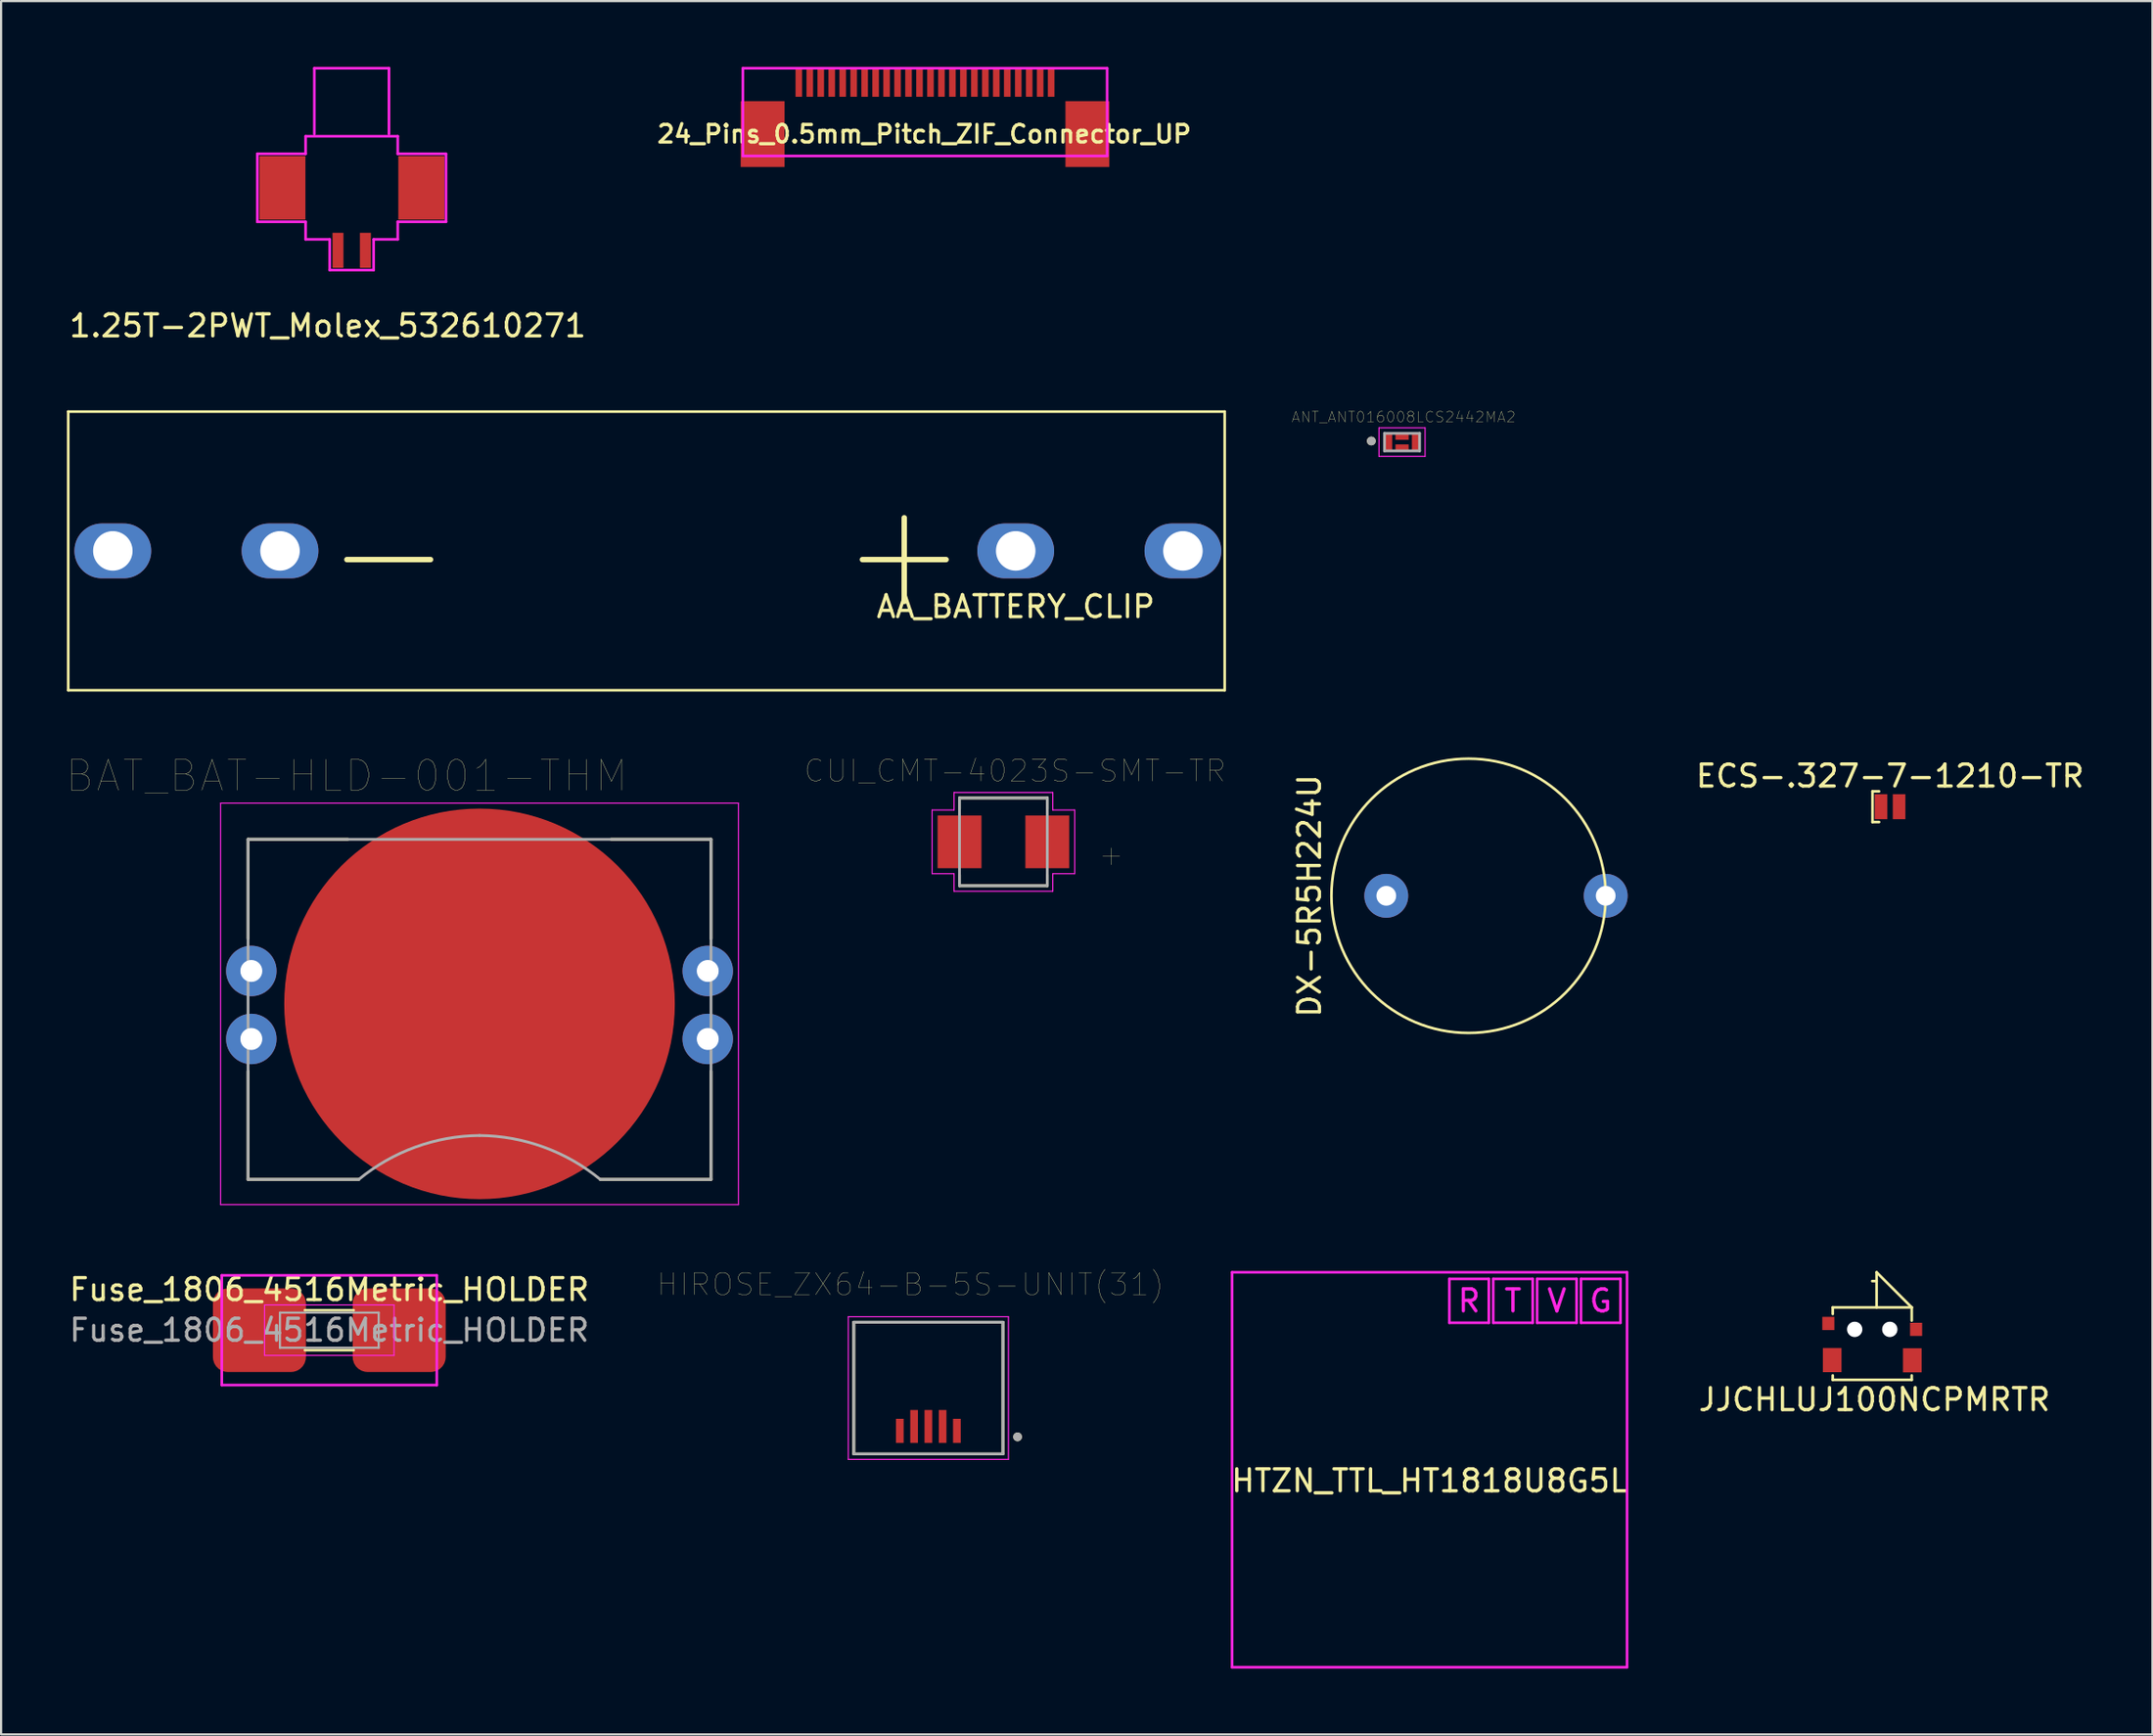
<source format=kicad_pcb>
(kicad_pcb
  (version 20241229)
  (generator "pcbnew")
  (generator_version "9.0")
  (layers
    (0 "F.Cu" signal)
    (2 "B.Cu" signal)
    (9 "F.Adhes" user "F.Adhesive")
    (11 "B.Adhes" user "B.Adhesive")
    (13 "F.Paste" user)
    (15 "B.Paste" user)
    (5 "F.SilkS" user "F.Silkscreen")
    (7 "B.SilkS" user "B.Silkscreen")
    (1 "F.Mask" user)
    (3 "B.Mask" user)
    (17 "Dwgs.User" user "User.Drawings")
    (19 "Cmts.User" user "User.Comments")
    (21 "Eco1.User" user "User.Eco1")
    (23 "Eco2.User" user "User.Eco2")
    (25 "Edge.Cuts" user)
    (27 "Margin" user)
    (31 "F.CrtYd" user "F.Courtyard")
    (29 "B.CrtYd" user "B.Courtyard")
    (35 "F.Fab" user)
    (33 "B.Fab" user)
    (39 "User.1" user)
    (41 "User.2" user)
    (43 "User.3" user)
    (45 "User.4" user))
  (footprint "Fuse_1806_4516Metric_HOLDER"
    (layer "F.Cu")
    (at 11.958 57.576)
    (property "Reference" "Fuse_1806_4516Metric_HOLDER" (at 0 -1.85 0) (layer "F.SilkS") (effects (font (size 1 1) (thickness 0.15))))
    (attr smd)
    (fp_line (start -1.111 -0.91) (end 1.111 -0.91) (stroke (width 0.12) (type solid)) (layer "F.SilkS"))
    (fp_line (start -1.111 0.91) (end 1.111 0.91) (stroke (width 0.12) (type solid)) (layer "F.SilkS"))
    (fp_line (start -4.9 -2.5) (end -4.9 2.5) (stroke (width 0.12) (type solid)) (layer "F.CrtYd"))
    (fp_line (start -4.9 -2.5) (end 4.9 -2.5) (stroke (width 0.12) (type solid)) (layer "F.CrtYd"))
    (fp_line (start -4.9 2.5) (end 4.9 2.5) (stroke (width 0.12) (type solid)) (layer "F.CrtYd"))
    (fp_line (start -2.95 -1.15) (end 2.95 -1.15) (stroke (width 0.05) (type solid)) (layer "F.CrtYd"))
    (fp_line (start -2.95 1.15) (end -2.95 -1.15) (stroke (width 0.05) (type solid)) (layer "F.CrtYd"))
    (fp_line (start 2.95 -1.15) (end 2.95 1.15) (stroke (width 0.05) (type solid)) (layer "F.CrtYd"))
    (fp_line (start 2.95 1.15) (end -2.95 1.15) (stroke (width 0.05) (type solid)) (layer "F.CrtYd"))
    (fp_line (start 4.9 -2.5) (end 4.9 2.5) (stroke (width 0.12) (type solid)) (layer "F.CrtYd"))
    (fp_line (start -2.25 -0.8) (end 2.25 -0.8) (stroke (width 0.1) (type solid)) (layer "F.Fab"))
    (fp_line (start -2.25 0.8) (end -2.25 -0.8) (stroke (width 0.1) (type solid)) (layer "F.Fab"))
    (fp_line (start 2.25 -0.8) (end 2.25 0.8) (stroke (width 0.1) (type solid)) (layer "F.Fab"))
    (fp_line (start 2.25 0.8) (end -2.25 0.8) (stroke (width 0.1) (type solid)) (layer "F.Fab"))
    (fp_text user "${REFERENCE}" (at 0 0 0) (layer "F.Fab") (effects (font (size 1 1) (thickness 0.15))))
    (pad "1" smd roundrect (at -3.185 0) (size 4.24 3.81) (layers "F.Cu" "F.Mask" "F.Paste") (roundrect_rratio 0.179))
    (pad "2" smd roundrect (at 3.185 0) (size 4.24 3.81) (layers "F.Cu" "F.Mask" "F.Paste") (roundrect_rratio 0.179)))
  (footprint "HTZN_TTL_HT1818U8G5L"
    (layer "F.Cu")
    (at 62.101 63.938)
    (property "Reference" "HTZN_TTL_HT1818U8G5L" (at 0 0.5 0) (layer "F.SilkS") (effects (font (size 1 1) (thickness 0.15))))
    (attr through_hole)
    (fp_line (start -9 -9) (end 9 -9) (stroke (width 0.12) (type solid)) (layer "F.CrtYd"))
    (fp_line (start -9 9) (end -9 -9) (stroke (width 0.12) (type solid)) (layer "F.CrtYd"))
    (fp_line (start 0.9 -8.7) (end 2.7 -8.7) (stroke (width 0.12) (type solid)) (layer "F.CrtYd"))
    (fp_line (start 0.9 -6.7) (end 0.9 -8.7) (stroke (width 0.12) (type solid)) (layer "F.CrtYd"))
    (fp_line (start 2.7 -8.7) (end 2.7 -6.7) (stroke (width 0.12) (type solid)) (layer "F.CrtYd"))
    (fp_line (start 2.7 -6.7) (end 0.9 -6.7) (stroke (width 0.12) (type solid)) (layer "F.CrtYd"))
    (fp_line (start 2.9 -8.7) (end 4.7 -8.7) (stroke (width 0.12) (type solid)) (layer "F.CrtYd"))
    (fp_line (start 2.9 -6.7) (end 2.9 -8.7) (stroke (width 0.12) (type solid)) (layer "F.CrtYd"))
    (fp_line (start 4.7 -8.7) (end 4.7 -6.7) (stroke (width 0.12) (type solid)) (layer "F.CrtYd"))
    (fp_line (start 4.7 -6.7) (end 2.9 -6.7) (stroke (width 0.12) (type solid)) (layer "F.CrtYd"))
    (fp_line (start 4.9 -8.7) (end 6.7 -8.7) (stroke (width 0.12) (type solid)) (layer "F.CrtYd"))
    (fp_line (start 4.9 -6.7) (end 4.9 -8.7) (stroke (width 0.12) (type solid)) (layer "F.CrtYd"))
    (fp_line (start 6.7 -8.7) (end 6.7 -6.7) (stroke (width 0.12) (type solid)) (layer "F.CrtYd"))
    (fp_line (start 6.7 -6.7) (end 4.9 -6.7) (stroke (width 0.12) (type solid)) (layer "F.CrtYd"))
    (fp_line (start 6.9 -8.7) (end 8.7 -8.7) (stroke (width 0.12) (type solid)) (layer "F.CrtYd"))
    (fp_line (start 6.9 -6.7) (end 6.9 -8.7) (stroke (width 0.12) (type solid)) (layer "F.CrtYd"))
    (fp_line (start 8.7 -8.7) (end 8.7 -6.7) (stroke (width 0.12) (type solid)) (layer "F.CrtYd"))
    (fp_line (start 8.7 -6.7) (end 6.9 -6.7) (stroke (width 0.12) (type solid)) (layer "F.CrtYd"))
    (fp_line (start 9 -9) (end 9 9) (stroke (width 0.12) (type solid)) (layer "F.CrtYd"))
    (fp_line (start 9 9) (end -9 9) (stroke (width 0.12) (type solid)) (layer "F.CrtYd"))
    (fp_text user "V" (at 5.8 -7.7 0) (layer "F.CrtYd") (effects (font (size 1 1) (thickness 0.15))))
    (fp_text user "G" (at 7.8 -7.7 0) (layer "F.CrtYd") (effects (font (size 1 1) (thickness 0.15))))
    (fp_text user "R" (at 1.8 -7.7 0) (layer "F.CrtYd") (effects (font (size 1 1) (thickness 0.15))))
    (fp_text user "T" (at 3.8 -7.7 0) (layer "F.CrtYd") (effects (font (size 1 1) (thickness 0.15)))))
  (footprint "DX-5R5H224U"
    (layer "F.Cu")
    (at 60.128 37.778)
    (property "Reference" "DX-5R5H224U" (at -3.5 0 90) (layer "F.SilkS") (effects (font (size 1 1) (thickness 0.15))))
    (attr through_hole)
    (fp_circle (center 3.75 0) (end 10 0) (stroke (width 0.12) (type solid)) (fill no) (layer "F.SilkS"))
    (pad "1" thru_hole circle (at 0 0) (size 2 2) (drill 0.9) (layers "*.Cu" "*.Mask"))
    (pad "2" thru_hole circle (at 10 0) (size 2 2) (drill 0.9) (layers "*.Cu" "*.Mask")))
  (footprint "BAT_BAT-HLD-001-THM"
    (layer "F.Cu")
    (at 18.804 42.703)
    (property "Reference" "BAT_BAT-HLD-001-THM" (at -6.055 -10.389 0) (layer "F.SilkS") (effects (font (size 1.4 1.4) (thickness 0.015))))
    (attr through_hole)
    (fp_line (start -10.55 -7.5) (end -6 -7.5) (stroke (width 0.127) (type solid)) (layer "F.SilkS"))
    (fp_line (start -10.55 -2.97) (end -10.55 -7.5) (stroke (width 0.127) (type solid)) (layer "F.SilkS"))
    (fp_line (start -10.55 3.07) (end -10.55 8) (stroke (width 0.127) (type solid)) (layer "F.SilkS"))
    (fp_line (start -10.55 8) (end -5.5 8) (stroke (width 0.127) (type solid)) (layer "F.SilkS"))
    (fp_line (start 5.5 8) (end 10.55 8) (stroke (width 0.127) (type solid)) (layer "F.SilkS"))
    (fp_line (start 6 -7.5) (end 10.55 -7.5) (stroke (width 0.127) (type solid)) (layer "F.SilkS"))
    (fp_line (start 10.55 -7.5) (end 10.55 -2.97) (stroke (width 0.127) (type solid)) (layer "F.SilkS"))
    (fp_line (start 10.55 8) (end 10.55 3.07) (stroke (width 0.127) (type solid)) (layer "F.SilkS"))
    (fp_line (start -11.8 -9.15) (end 11.8 -9.15) (stroke (width 0.05) (type solid)) (layer "F.CrtYd"))
    (fp_line (start -11.8 9.15) (end -11.8 -9.15) (stroke (width 0.05) (type solid)) (layer "F.CrtYd"))
    (fp_line (start 11.8 -9.15) (end 11.8 9.15) (stroke (width 0.05) (type solid)) (layer "F.CrtYd"))
    (fp_line (start 11.8 9.15) (end -11.8 9.15) (stroke (width 0.05) (type solid)) (layer "F.CrtYd"))
    (fp_line (start -10.55 -7.5) (end 10.55 -7.5) (stroke (width 0.127) (type solid)) (layer "F.Fab"))
    (fp_line (start -10.55 8) (end -10.55 -7.5) (stroke (width 0.127) (type solid)) (layer "F.Fab"))
    (fp_line (start -5.5 8) (end -10.55 8) (stroke (width 0.127) (type solid)) (layer "F.Fab"))
    (fp_line (start 10.55 -7.5) (end 10.55 8) (stroke (width 0.127) (type solid)) (layer "F.Fab"))
    (fp_line (start 10.55 8) (end 5.5 8) (stroke (width 0.127) (type solid)) (layer "F.Fab"))
    (fp_arc (start -5.5 8) (mid -2.922027 6.526926) (end 0 6) (stroke (width 0.127) (type solid)) (layer "F.Fab"))
    (fp_arc (start 0 6) (mid 2.922027 6.526926) (end 5.5 8) (stroke (width 0.127) (type solid)) (layer "F.Fab"))
    (pad "N" smd circle (at 0 0) (size 17.8 17.8) (layers "F.Cu" "F.Mask"))
    (pad "P1" thru_hole circle (at -10.4 -1.5) (size 2.3 2.3) (drill 1) (layers "*.Cu" "*.Mask"))
    (pad "P2" thru_hole circle (at -10.4 1.6) (size 2.3 2.3) (drill 1) (layers "*.Cu" "*.Mask"))
    (pad "P3" thru_hole circle (at 10.4 1.6) (size 2.3 2.3) (drill 1) (layers "*.Cu" "*.Mask"))
    (pad "P4" thru_hole circle (at 10.4 -1.5) (size 2.3 2.3) (drill 1) (layers "*.Cu" "*.Mask")))
  (footprint "AA_BATTERY_CLIP"
    (layer "F.Cu")
    (at 43.24 22.058)
    (property "Reference" "AA_BATTERY_CLIP" (at 0 2.54 0) (layer "F.SilkS") (effects (font (size 1 1) (thickness 0.15))))
    (attr through_hole)
    (fp_line (start -43.18 -6.35) (end -43.18 6.35) (stroke (width 0.12) (type solid)) (layer "F.SilkS"))
    (fp_line (start -43.18 -6.35) (end 9.525 -6.35) (stroke (width 0.12) (type solid)) (layer "F.SilkS"))
    (fp_line (start 9.525 -6.35) (end 9.525 6.35) (stroke (width 0.12) (type solid)) (layer "F.SilkS"))
    (fp_line (start 9.525 6.35) (end -43.18 6.35) (stroke (width 0.12) (type solid)) (layer "F.SilkS"))
    (fp_text user "-" (at -28.575 0 0) (layer "F.SilkS") (effects (font (size 5 5) (thickness 0.25))))
    (fp_text user "+" (at -5.08 0 0) (layer "F.SilkS") (effects (font (size 5 5) (thickness 0.25))))
    (pad "1" thru_hole oval (at 0 0) (size 3.5 2.5) (drill 1.8) (layers "*.Cu" "*.Mask"))
    (pad "1" thru_hole oval (at 7.62 0) (size 3.5 2.5) (drill 1.8) (layers "*.Cu" "*.Mask"))
    (pad "2" thru_hole oval (at -41.148 0) (size 3.5 2.5) (drill 1.8) (layers "*.Cu" "*.Mask"))
    (pad "2" thru_hole oval (at -33.528 0) (size 3.5 2.5) (drill 1.8) (layers "*.Cu" "*.Mask")))
  (footprint "HIROSE_ZX64-B-5S-UNIT(31)"
    (layer "F.Cu")
    (at 39.259 61.964)
    (property "Reference" "HIROSE_ZX64-B-5S-UNIT(31)" (at -0.825 -6.475 0) (layer "F.SilkS") (effects (font (size 1 1) (thickness 0.015))))
    (attr through_hole)
    (fp_line (start -3.4 -4.75) (end 3.4 -4.75) (stroke (width 0.127) (type solid)) (layer "F.SilkS"))
    (fp_line (start -3.4 1.25) (end -3.4 -4.75) (stroke (width 0.127) (type solid)) (layer "F.SilkS"))
    (fp_line (start 3.4 -4.75) (end 3.4 1.25) (stroke (width 0.127) (type solid)) (layer "F.SilkS"))
    (fp_line (start 3.4 1.25) (end -3.4 1.25) (stroke (width 0.127) (type solid)) (layer "F.SilkS"))
    (fp_circle (center 4.065 0.473) (end 4.165 0.473) (stroke (width 0.2) (type solid)) (fill no) (layer "F.SilkS"))
    (fp_line (start -3.65 -5) (end -3.65 1.5) (stroke (width 0.05) (type solid)) (layer "F.CrtYd"))
    (fp_line (start -3.65 1.5) (end 3.65 1.5) (stroke (width 0.05) (type solid)) (layer "F.CrtYd"))
    (fp_line (start 3.65 -5) (end -3.65 -5) (stroke (width 0.05) (type solid)) (layer "F.CrtYd"))
    (fp_line (start 3.65 1.5) (end 3.65 -5) (stroke (width 0.05) (type solid)) (layer "F.CrtYd"))
    (fp_line (start -3.4 -4.75) (end -3.4 1.25) (stroke (width 0.127) (type solid)) (layer "F.Fab"))
    (fp_line (start -3.4 1.25) (end 3.4 1.25) (stroke (width 0.127) (type solid)) (layer "F.Fab"))
    (fp_line (start 3.4 -4.75) (end -3.4 -4.75) (stroke (width 0.127) (type solid)) (layer "F.Fab"))
    (fp_line (start 3.4 1.25) (end 3.4 -4.75) (stroke (width 0.127) (type solid)) (layer "F.Fab"))
    (fp_circle (center 4.065 0.473) (end 4.165 0.473) (stroke (width 0.2) (type solid)) (fill no) (layer "F.Fab"))
    (pad "1" smd rect (at 1.3 0.2) (size 0.35 1.1) (layers "F.Cu" "F.Mask" "F.Paste"))
    (pad "2" smd rect (at 0.65 0) (size 0.35 1.5) (layers "F.Cu" "F.Mask" "F.Paste"))
    (pad "3" smd rect (at 0 0) (size 0.35 1.5) (layers "F.Cu" "F.Mask" "F.Paste"))
    (pad "4" smd rect (at -0.65 0) (size 0.35 1.5) (layers "F.Cu" "F.Mask" "F.Paste"))
    (pad "5" smd rect (at -1.3 0.2) (size 0.35 1.1) (layers "F.Cu" "F.Mask" "F.Paste")))
  (footprint "ECS-.327-7-1210-TR"
    (layer "F.Cu")
    (at 83.087 33.717)
    (property "Reference" "ECS-.327-7-1210-TR" (at 0 -1.4 0) (layer "F.SilkS") (effects (font (size 1 1) (thickness 0.15))))
    (attr through_hole)
    (fp_line (start -0.8 -0.7) (end -0.8 0.7) (stroke (width 0.12) (type solid)) (layer "F.SilkS"))
    (fp_line (start -0.8 0.7) (end -0.5 0.7) (stroke (width 0.12) (type solid)) (layer "F.SilkS"))
    (fp_line (start -0.5 -0.7) (end -0.8 -0.7) (stroke (width 0.12) (type solid)) (layer "F.SilkS"))
    (pad "1" smd rect (at -0.412 0) (size 0.575 1.14) (layers "F.Cu" "F.Mask" "F.Paste"))
    (pad "2" smd rect (at 0.412 0) (size 0.575 1.14) (layers "F.Cu" "F.Mask" "F.Paste")))
  (footprint "ANT_ANT016008LCS2442MA2"
    (layer "F.Cu")
    (at 60.846 17.1)
    (property "Reference" "ANT_ANT016008LCS2442MA2" (at 0.074 -1.145 0) (layer "F.SilkS") (effects (font (size 0.48 0.48) (thickness 0.015))))
    (attr through_hole)
    (fp_poly (pts (xy -0.765 -0.365) (xy -0.45 -0.365) (xy -0.45 0.365) (xy -0.765 0.365)) (stroke (width 0.01) (type solid)) (fill yes) (layer "F.Mask"))
    (fp_poly (pts (xy -0.3 -0.365) (xy 0.3 -0.365) (xy 0.3 -0.055) (xy -0.3 -0.055)) (stroke (width 0.01) (type solid)) (fill yes) (layer "F.Mask"))
    (fp_poly (pts (xy -0.3 0.055) (xy 0.3 0.055) (xy 0.3 0.365) (xy -0.3 0.365)) (stroke (width 0.01) (type solid)) (fill yes) (layer "F.Mask"))
    (fp_poly (pts (xy 0.45 -0.365) (xy 0.765 -0.365) (xy 0.765 0.365) (xy 0.45 0.365)) (stroke (width 0.01) (type solid)) (fill yes) (layer "F.Mask"))
    (fp_circle (center -1.4 -0.05) (end -1.3 -0.05) (stroke (width 0.2) (type solid)) (fill no) (layer "F.SilkS"))
    (fp_poly (pts (xy -0.765 -0.365) (xy -0.45 -0.365) (xy -0.45 0.365) (xy -0.765 0.365)) (stroke (width 0.01) (type solid)) (fill yes) (layer "F.Paste"))
    (fp_poly (pts (xy -0.3 -0.365) (xy -0.05 -0.365) (xy -0.05 -0.105) (xy -0.3 -0.105)) (stroke (width 0.01) (type solid)) (fill yes) (layer "F.Paste"))
    (fp_poly (pts (xy -0.3 0.105) (xy -0.05 0.105) (xy -0.05 0.365) (xy -0.3 0.365)) (stroke (width 0.01) (type solid)) (fill yes) (layer "F.Paste"))
    (fp_poly (pts (xy 0.05 -0.365) (xy 0.3 -0.365) (xy 0.3 -0.105) (xy 0.05 -0.105)) (stroke (width 0.01) (type solid)) (fill yes) (layer "F.Paste"))
    (fp_poly (pts (xy 0.05 0.105) (xy 0.3 0.105) (xy 0.3 0.365) (xy 0.05 0.365)) (stroke (width 0.01) (type solid)) (fill yes) (layer "F.Paste"))
    (fp_poly (pts (xy 0.45 -0.365) (xy 0.765 -0.365) (xy 0.765 0.365) (xy 0.45 0.365)) (stroke (width 0.01) (type solid)) (fill yes) (layer "F.Paste"))
    (fp_line (start -1.05 -0.65) (end 1.05 -0.65) (stroke (width 0.05) (type solid)) (layer "F.CrtYd"))
    (fp_line (start -1.05 0.65) (end -1.05 -0.65) (stroke (width 0.05) (type solid)) (layer "F.CrtYd"))
    (fp_line (start 1.05 -0.65) (end 1.05 0.65) (stroke (width 0.05) (type solid)) (layer "F.CrtYd"))
    (fp_line (start 1.05 0.65) (end -1.05 0.65) (stroke (width 0.05) (type solid)) (layer "F.CrtYd"))
    (fp_line (start -0.8 -0.4) (end 0.8 -0.4) (stroke (width 0.127) (type solid)) (layer "F.Fab"))
    (fp_line (start -0.8 0.4) (end -0.8 -0.4) (stroke (width 0.127) (type solid)) (layer "F.Fab"))
    (fp_line (start 0.8 -0.4) (end 0.8 0.4) (stroke (width 0.127) (type solid)) (layer "F.Fab"))
    (fp_line (start 0.8 0.4) (end -0.8 0.4) (stroke (width 0.127) (type solid)) (layer "F.Fab"))
    (fp_circle (center -1.4 -0.05) (end -1.3 -0.05) (stroke (width 0.2) (type solid)) (fill no) (layer "F.Fab"))
    (pad "1" smd rect (at -0.625 0) (size 0.35 0.8) (layers "F.Cu"))
    (pad "2" smd rect (at 0 -0.235) (size 0.6 0.26) (layers "F.Cu"))
    (pad "3" smd rect (at 0 0.235) (size 0.6 0.26) (layers "F.Cu"))
    (pad "4" smd rect (at 0.625 0) (size 0.35 0.8) (layers "F.Cu")))
  (footprint "JJCHLUJ100NCPMRTR"
    (layer "F.Cu")
    (at 82.275 57.538)
    (property "Reference" "JJCHLUJ100NCPMRTR" (at 0.1 3.2 0) (layer "F.SilkS") (effects (font (size 1 1) (thickness 0.15))))
    (attr through_hole)
    (fp_line (start -1.8 -0.7) (end -1.8 -1) (stroke (width 0.12) (type solid)) (layer "F.SilkS"))
    (fp_line (start -1.8 2.3) (end -1.8 2.1) (stroke (width 0.12) (type solid)) (layer "F.SilkS"))
    (fp_line (start 0.2 -2.6) (end 0.2 -1) (stroke (width 0.12) (type solid)) (layer "F.SilkS"))
    (fp_line (start 0.2 -2.6) (end 1.8 -1) (stroke (width 0.12) (type solid)) (layer "F.SilkS"))
    (fp_line (start 0.2 -2.2) (end 0 -2.2) (stroke (width 0.12) (type solid)) (layer "F.SilkS"))
    (fp_line (start 1.8 -1) (end -1.8 -1) (stroke (width 0.12) (type solid)) (layer "F.SilkS"))
    (fp_line (start 1.8 -1) (end 1.8 -0.4) (stroke (width 0.12) (type solid)) (layer "F.SilkS"))
    (fp_line (start 1.8 2.3) (end -1.8 2.3) (stroke (width 0.12) (type solid)) (layer "F.SilkS"))
    (fp_line (start 1.8 2.3) (end 1.8 2.1) (stroke (width 0.12) (type solid)) (layer "F.SilkS"))
    (pad "" smd rect (at -2 -0.27) (size 0.55 0.6) (layers "F.Cu" "F.Mask" "F.Paste"))
    (pad "" np_thru_hole circle (at -0.8 0) (size 0.7 0.7) (drill 0.7) (layers "*.Cu" "*.Mask"))
    (pad "" np_thru_hole circle (at 0.8 0) (size 0.7 0.7) (drill 0.7) (layers "*.Cu" "*.Mask"))
    (pad "" smd rect (at 2 0) (size 0.55 0.6) (layers "F.Cu" "F.Mask" "F.Paste"))
    (pad "1" smd rect (at -1.825 1.4) (size 0.85 1.1) (layers "F.Cu" "F.Mask" "F.Paste"))
    (pad "2" smd rect (at 1.825 1.41) (size 0.85 1.1) (layers "F.Cu" "F.Mask" "F.Paste")))
  (footprint "CUI_CMT-4023S-SMT-TR"
    (layer "F.Cu")
    (at 42.679 35.319)
    (property "Reference" "CUI_CMT-4023S-SMT-TR" (at 0.526 -3.238 0) (layer "F.SilkS") (effects (font (size 1.001 1.001) (thickness 0.015))))
    (attr through_hole)
    (fp_line (start -2 -2) (end -2 -1.5) (stroke (width 0.127) (type solid)) (layer "F.SilkS"))
    (fp_line (start -2 -2) (end 2 -2) (stroke (width 0.127) (type solid)) (layer "F.SilkS"))
    (fp_line (start -2 1.5) (end -2 2) (stroke (width 0.127) (type solid)) (layer "F.SilkS"))
    (fp_line (start 2 -2) (end 2 -1.5) (stroke (width 0.127) (type solid)) (layer "F.SilkS"))
    (fp_line (start 2 1.5) (end 2 2) (stroke (width 0.127) (type solid)) (layer "F.SilkS"))
    (fp_line (start 2 2) (end -2 2) (stroke (width 0.127) (type solid)) (layer "F.SilkS"))
    (fp_line (start -3.25 -1.45) (end -3.25 1.45) (stroke (width 0.05) (type solid)) (layer "F.CrtYd"))
    (fp_line (start -3.25 -1.45) (end -2.25 -1.45) (stroke (width 0.05) (type solid)) (layer "F.CrtYd"))
    (fp_line (start -3.25 1.45) (end -2.25 1.45) (stroke (width 0.05) (type solid)) (layer "F.CrtYd"))
    (fp_line (start -2.25 -1.45) (end -2.25 -2.25) (stroke (width 0.05) (type solid)) (layer "F.CrtYd"))
    (fp_line (start -2.25 1.45) (end -2.25 2.25) (stroke (width 0.05) (type solid)) (layer "F.CrtYd"))
    (fp_line (start -2.25 2.25) (end 2.25 2.25) (stroke (width 0.05) (type solid)) (layer "F.CrtYd"))
    (fp_line (start 2.25 -2.25) (end -2.25 -2.25) (stroke (width 0.05) (type solid)) (layer "F.CrtYd"))
    (fp_line (start 2.25 -1.45) (end 2.25 -2.25) (stroke (width 0.05) (type solid)) (layer "F.CrtYd"))
    (fp_line (start 2.25 -1.45) (end 3.25 -1.45) (stroke (width 0.05) (type solid)) (layer "F.CrtYd"))
    (fp_line (start 2.25 1.45) (end 3.25 1.45) (stroke (width 0.05) (type solid)) (layer "F.CrtYd"))
    (fp_line (start 2.25 2.25) (end 2.25 1.45) (stroke (width 0.05) (type solid)) (layer "F.CrtYd"))
    (fp_line (start 3.25 1.45) (end 3.25 -1.45) (stroke (width 0.05) (type solid)) (layer "F.CrtYd"))
    (fp_line (start -2 -2) (end 2 -2) (stroke (width 0.127) (type solid)) (layer "F.Fab"))
    (fp_line (start -2 2) (end -2 -2) (stroke (width 0.127) (type solid)) (layer "F.Fab"))
    (fp_line (start 2 -2) (end 2 2) (stroke (width 0.127) (type solid)) (layer "F.Fab"))
    (fp_line (start 2 2) (end -2 2) (stroke (width 0.127) (type solid)) (layer "F.Fab"))
    (fp_text user "+" (at 4.914 0.58 0) (layer "F.SilkS") (effects (font (size 1.001 1.001) (thickness 0.015))))
    (pad "N" smd rect (at -2 0) (size 2 2.4) (layers "F.Cu" "F.Mask" "F.Paste"))
    (pad "P" smd rect (at 2 0) (size 2 2.4) (layers "F.Cu" "F.Mask" "F.Paste")))
  (footprint "1.25T-2PWT_Molex_532610271"
    (layer "F.Cu")
    (at 12.977 5.46)
    (property "Reference" "1.25T-2PWT_Molex_532610271" (at -1.09 6.34 0) (layer "F.SilkS") (effects (font (size 1 1) (thickness 0.15))))
    (attr through_hole)
    (fp_line (start -4.3 -1.5) (end -4.3 1.6) (stroke (width 0.12) (type solid)) (layer "F.CrtYd"))
    (fp_line (start -4.3 -1.5) (end -2.1 -1.5) (stroke (width 0.12) (type solid)) (layer "F.CrtYd"))
    (fp_line (start -4.3 1.6) (end -2.1 1.6) (stroke (width 0.12) (type solid)) (layer "F.CrtYd"))
    (fp_line (start -2.1 -2.3) (end 2.1 -2.3) (stroke (width 0.12) (type solid)) (layer "F.CrtYd"))
    (fp_line (start -2.1 -1.5) (end -2.1 -2.3) (stroke (width 0.12) (type solid)) (layer "F.CrtYd"))
    (fp_line (start -2.1 1.6) (end -2.1 2.4) (stroke (width 0.12) (type solid)) (layer "F.CrtYd"))
    (fp_line (start -2.1 2.4) (end -1 2.4) (stroke (width 0.12) (type solid)) (layer "F.CrtYd"))
    (fp_line (start -1.7 -5.4) (end 1.7 -5.4) (stroke (width 0.12) (type solid)) (layer "F.CrtYd"))
    (fp_line (start -1.7 -2.4) (end -1.7 -5.4) (stroke (width 0.12) (type solid)) (layer "F.CrtYd"))
    (fp_line (start -1 2.4) (end -1 3.8) (stroke (width 0.12) (type solid)) (layer "F.CrtYd"))
    (fp_line (start -1 3.8) (end 1 3.8) (stroke (width 0.12) (type solid)) (layer "F.CrtYd"))
    (fp_line (start 1 2.4) (end 2.1 2.4) (stroke (width 0.12) (type solid)) (layer "F.CrtYd"))
    (fp_line (start 1 3.8) (end 1 2.4) (stroke (width 0.12) (type solid)) (layer "F.CrtYd"))
    (fp_line (start 1.7 -5.4) (end 1.7 -2.4) (stroke (width 0.12) (type solid)) (layer "F.CrtYd"))
    (fp_line (start 2.1 -2.3) (end 2.1 -1.5) (stroke (width 0.12) (type solid)) (layer "F.CrtYd"))
    (fp_line (start 2.1 1.6) (end 4.3 1.6) (stroke (width 0.12) (type solid)) (layer "F.CrtYd"))
    (fp_line (start 2.1 2.4) (end 2.1 1.6) (stroke (width 0.12) (type solid)) (layer "F.CrtYd"))
    (fp_line (start 4.3 -1.5) (end 2.1 -1.5) (stroke (width 0.12) (type solid)) (layer "F.CrtYd"))
    (fp_line (start 4.3 1.6) (end 4.3 -1.5) (stroke (width 0.12) (type solid)) (layer "F.CrtYd"))
    (pad "" smd rect (at -3.157 0.05) (size 2.1 2.9) (layers "F.Cu" "F.Mask" "F.Paste"))
    (pad "" smd rect (at 3.175 0.05) (size 2.1 2.9) (layers "F.Cu" "F.Mask" "F.Paste"))
    (pad "1" smd rect (at -0.625 2.9) (size 0.5 1.6) (layers "F.Cu" "F.Mask" "F.Paste"))
    (pad "2" smd rect (at 0.625 2.9) (size 0.5 1.6) (layers "F.Cu" "F.Mask" "F.Paste")))
  (footprint "24_Pins_0.5mm_Pitch_ZIF_Connector_UP"
    (layer "F.Cu")
    (at 39.106 3.06)
    (property "Reference" "24_Pins_0.5mm_Pitch_ZIF_Connector_UP" (at -0.035 0 0) (layer "F.SilkS") (effects (font (size 0.8 0.8) (thickness 0.15))))
    (attr smd)
    (fp_line (start -8.3 -3) (end -8.3 1) (stroke (width 0.12) (type solid)) (layer "F.CrtYd"))
    (fp_line (start -8.3 1) (end 8.3 1) (stroke (width 0.12) (type solid)) (layer "F.CrtYd"))
    (fp_line (start 8.3 -3) (end -8.3 -3) (stroke (width 0.12) (type solid)) (layer "F.CrtYd"))
    (fp_line (start 8.3 1) (end 8.3 -3) (stroke (width 0.12) (type solid)) (layer "F.CrtYd"))
    (pad "1" smd rect (at 5.75 -2.35) (size 0.3 1.3) (layers "F.Cu" "F.Mask" "F.Paste"))
    (pad "2" smd rect (at 5.25 -2.35) (size 0.3 1.3) (layers "F.Cu" "F.Mask" "F.Paste"))
    (pad "3" smd rect (at 4.75 -2.35) (size 0.3 1.3) (layers "F.Cu" "F.Mask" "F.Paste"))
    (pad "4" smd rect (at 4.25 -2.35) (size 0.3 1.3) (layers "F.Cu" "F.Mask" "F.Paste"))
    (pad "5" smd rect (at 3.75 -2.35) (size 0.3 1.3) (layers "F.Cu" "F.Mask" "F.Paste"))
    (pad "6" smd rect (at 3.25 -2.35) (size 0.3 1.3) (layers "F.Cu" "F.Mask" "F.Paste"))
    (pad "7" smd rect (at 2.75 -2.35) (size 0.3 1.3) (layers "F.Cu" "F.Mask" "F.Paste"))
    (pad "8" smd rect (at 2.25 -2.35) (size 0.3 1.3) (layers "F.Cu" "F.Mask" "F.Paste"))
    (pad "9" smd rect (at 1.75 -2.35) (size 0.3 1.3) (layers "F.Cu" "F.Mask" "F.Paste"))
    (pad "10" smd rect (at 1.25 -2.35) (size 0.3 1.3) (layers "F.Cu" "F.Mask" "F.Paste"))
    (pad "11" smd rect (at 0.75 -2.35) (size 0.3 1.3) (layers "F.Cu" "F.Mask" "F.Paste"))
    (pad "12" smd rect (at 0.25 -2.35) (size 0.3 1.3) (layers "F.Cu" "F.Mask" "F.Paste"))
    (pad "13" smd rect (at -0.25 -2.35) (size 0.3 1.3) (layers "F.Cu" "F.Mask" "F.Paste"))
    (pad "14" smd rect (at -0.75 -2.35) (size 0.3 1.3) (layers "F.Cu" "F.Mask" "F.Paste"))
    (pad "15" smd rect (at -1.25 -2.35) (size 0.3 1.3) (layers "F.Cu" "F.Mask" "F.Paste"))
    (pad "16" smd rect (at -1.75 -2.35) (size 0.3 1.3) (layers "F.Cu" "F.Mask" "F.Paste"))
    (pad "17" smd rect (at -2.25 -2.35) (size 0.3 1.3) (layers "F.Cu" "F.Mask" "F.Paste"))
    (pad "18" smd rect (at -2.75 -2.35) (size 0.3 1.3) (layers "F.Cu" "F.Mask" "F.Paste"))
    (pad "19" smd rect (at -3.25 -2.35) (size 0.3 1.3) (layers "F.Cu" "F.Mask" "F.Paste"))
    (pad "20" smd rect (at -3.75 -2.35) (size 0.3 1.3) (layers "F.Cu" "F.Mask" "F.Paste"))
    (pad "21" smd rect (at -4.25 -2.35) (size 0.3 1.3) (layers "F.Cu" "F.Mask" "F.Paste"))
    (pad "22" smd rect (at -4.75 -2.35) (size 0.3 1.3) (layers "F.Cu" "F.Mask" "F.Paste"))
    (pad "23" smd rect (at -5.25 -2.35) (size 0.3 1.3) (layers "F.Cu" "F.Mask" "F.Paste"))
    (pad "24" smd rect (at -5.75 -2.35) (size 0.3 1.3) (layers "F.Cu" "F.Mask" "F.Paste"))
    (pad "M" smd rect (at -7.4 0) (size 2 3) (layers "F.Cu" "F.Mask" "F.Paste"))
    (pad "M" smd rect (at 7.4 0) (size 2 3) (layers "F.Cu" "F.Mask" "F.Paste")))
  (gr_rect
    (start -3 -3)
    (end 95.045 75.998)
    (stroke (width 0.1) (type default))
    (fill no)
    (layer "Edge.Cuts")))
</source>
